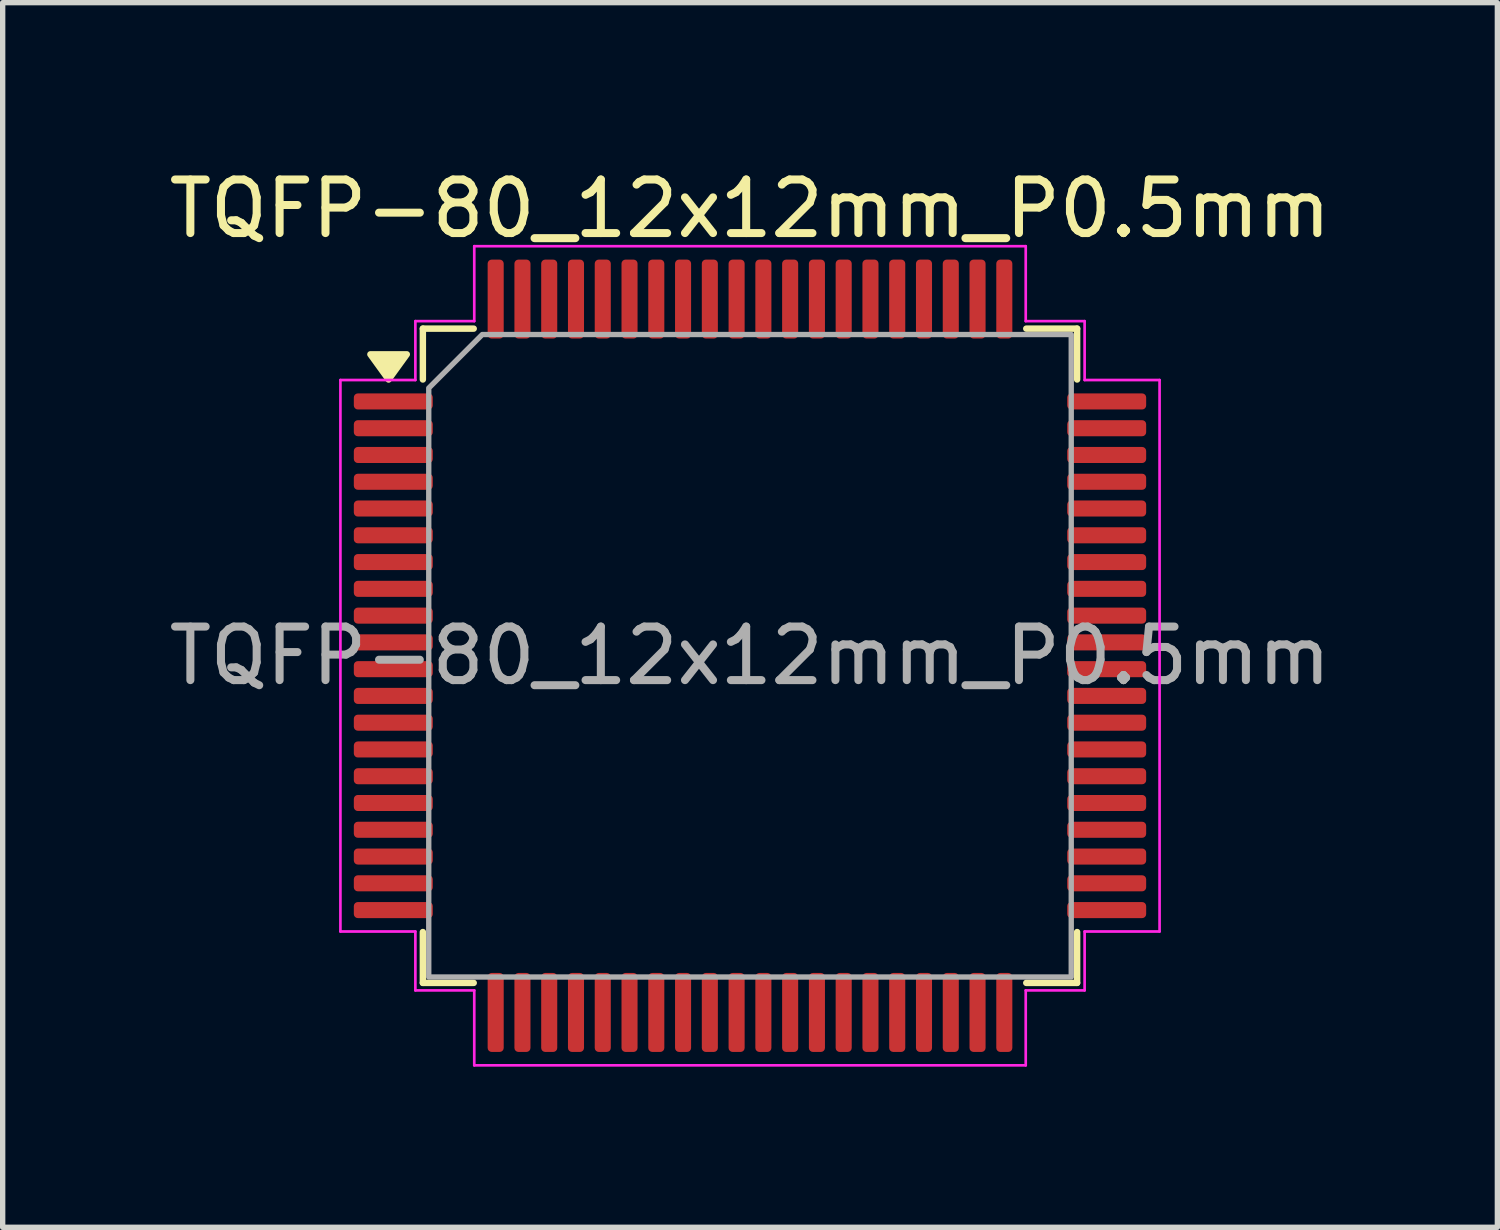
<source format=kicad_pcb>
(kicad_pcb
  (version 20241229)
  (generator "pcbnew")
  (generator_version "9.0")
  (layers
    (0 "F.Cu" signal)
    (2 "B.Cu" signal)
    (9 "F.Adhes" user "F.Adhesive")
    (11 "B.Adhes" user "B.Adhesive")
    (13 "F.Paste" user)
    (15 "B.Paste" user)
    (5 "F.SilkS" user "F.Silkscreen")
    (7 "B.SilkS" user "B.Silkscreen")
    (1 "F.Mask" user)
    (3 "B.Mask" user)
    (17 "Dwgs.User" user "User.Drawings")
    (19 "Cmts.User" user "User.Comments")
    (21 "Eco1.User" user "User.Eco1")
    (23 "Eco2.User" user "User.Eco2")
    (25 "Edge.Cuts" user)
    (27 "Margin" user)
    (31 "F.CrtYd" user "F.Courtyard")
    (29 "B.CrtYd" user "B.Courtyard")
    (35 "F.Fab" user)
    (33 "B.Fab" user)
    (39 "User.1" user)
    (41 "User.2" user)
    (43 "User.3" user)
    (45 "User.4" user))
  (footprint "TQFP-80_12x12mm_P0.5mm"
    (layer "F.Cu")
    (at 10.958 9.198)
    (property "Reference" "TQFP-80_12x12mm_P0.5mm" (at 0 -8.35 0) (layer "F.SilkS") (effects (font (size 1 1) (thickness 0.15))))
    (attr smd)
    (fp_line (start -6.11 -6.11) (end -5.16 -6.11) (stroke (width 0.12) (type solid)) (layer "F.SilkS"))
    (fp_line (start -6.11 -5.16) (end -6.11 -6.11) (stroke (width 0.12) (type solid)) (layer "F.SilkS"))
    (fp_line (start -6.11 6.11) (end -6.11 5.16) (stroke (width 0.12) (type solid)) (layer "F.SilkS"))
    (fp_line (start -5.16 6.11) (end -6.11 6.11) (stroke (width 0.12) (type solid)) (layer "F.SilkS"))
    (fp_line (start 5.16 -6.11) (end 6.11 -6.11) (stroke (width 0.12) (type solid)) (layer "F.SilkS"))
    (fp_line (start 6.11 -6.11) (end 6.11 -5.16) (stroke (width 0.12) (type solid)) (layer "F.SilkS"))
    (fp_line (start 6.11 5.16) (end 6.11 6.11) (stroke (width 0.12) (type solid)) (layer "F.SilkS"))
    (fp_line (start 6.11 6.11) (end 5.16 6.11) (stroke (width 0.12) (type solid)) (layer "F.SilkS"))
    (fp_poly (pts (xy -6.75 -5.16) (xy -7.09 -5.63) (xy -6.41 -5.63)) (stroke (width 0.12) (type solid)) (fill yes) (layer "F.SilkS"))
    (fp_line (start -7.65 -5.15) (end -6.25 -5.15) (stroke (width 0.05) (type solid)) (layer "F.CrtYd"))
    (fp_line (start -7.65 5.15) (end -7.65 -5.15) (stroke (width 0.05) (type solid)) (layer "F.CrtYd"))
    (fp_line (start -6.25 -6.25) (end -5.15 -6.25) (stroke (width 0.05) (type solid)) (layer "F.CrtYd"))
    (fp_line (start -6.25 -5.15) (end -6.25 -6.25) (stroke (width 0.05) (type solid)) (layer "F.CrtYd"))
    (fp_line (start -6.25 5.15) (end -7.65 5.15) (stroke (width 0.05) (type solid)) (layer "F.CrtYd"))
    (fp_line (start -6.25 6.25) (end -6.25 5.15) (stroke (width 0.05) (type solid)) (layer "F.CrtYd"))
    (fp_line (start -5.15 -7.65) (end 5.15 -7.65) (stroke (width 0.05) (type solid)) (layer "F.CrtYd"))
    (fp_line (start -5.15 -6.25) (end -5.15 -7.65) (stroke (width 0.05) (type solid)) (layer "F.CrtYd"))
    (fp_line (start -5.15 6.25) (end -6.25 6.25) (stroke (width 0.05) (type solid)) (layer "F.CrtYd"))
    (fp_line (start -5.15 7.65) (end -5.15 6.25) (stroke (width 0.05) (type solid)) (layer "F.CrtYd"))
    (fp_line (start 5.15 -7.65) (end 5.15 -6.25) (stroke (width 0.05) (type solid)) (layer "F.CrtYd"))
    (fp_line (start 5.15 -6.25) (end 6.25 -6.25) (stroke (width 0.05) (type solid)) (layer "F.CrtYd"))
    (fp_line (start 5.15 6.25) (end 5.15 7.65) (stroke (width 0.05) (type solid)) (layer "F.CrtYd"))
    (fp_line (start 5.15 7.65) (end -5.15 7.65) (stroke (width 0.05) (type solid)) (layer "F.CrtYd"))
    (fp_line (start 6.25 -6.25) (end 6.25 -5.15) (stroke (width 0.05) (type solid)) (layer "F.CrtYd"))
    (fp_line (start 6.25 -5.15) (end 7.65 -5.15) (stroke (width 0.05) (type solid)) (layer "F.CrtYd"))
    (fp_line (start 6.25 5.15) (end 6.25 6.25) (stroke (width 0.05) (type solid)) (layer "F.CrtYd"))
    (fp_line (start 6.25 6.25) (end 5.15 6.25) (stroke (width 0.05) (type solid)) (layer "F.CrtYd"))
    (fp_line (start 7.65 -5.15) (end 7.65 5.15) (stroke (width 0.05) (type solid)) (layer "F.CrtYd"))
    (fp_line (start 7.65 5.15) (end 6.25 5.15) (stroke (width 0.05) (type solid)) (layer "F.CrtYd"))
    (fp_poly (pts (xy -6 -5) (xy -6 6) (xy 6 6) (xy 6 -6) (xy -5 -6)) (stroke (width 0.1) (type solid)) (fill no) (layer "F.Fab"))
    (fp_text user "${REFERENCE}" (at 0 0 0) (layer "F.Fab") (effects (font (size 1 1) (thickness 0.15))))
    (pad "1" smd roundrect (at -6.662 -4.75) (size 1.475 0.3) (layers "F.Cu" "F.Mask" "F.Paste") (roundrect_rratio 0.25))
    (pad "2" smd roundrect (at -6.662 -4.25) (size 1.475 0.3) (layers "F.Cu" "F.Mask" "F.Paste") (roundrect_rratio 0.25))
    (pad "3" smd roundrect (at -6.662 -3.75) (size 1.475 0.3) (layers "F.Cu" "F.Mask" "F.Paste") (roundrect_rratio 0.25))
    (pad "4" smd roundrect (at -6.662 -3.25) (size 1.475 0.3) (layers "F.Cu" "F.Mask" "F.Paste") (roundrect_rratio 0.25))
    (pad "5" smd roundrect (at -6.662 -2.75) (size 1.475 0.3) (layers "F.Cu" "F.Mask" "F.Paste") (roundrect_rratio 0.25))
    (pad "6" smd roundrect (at -6.662 -2.25) (size 1.475 0.3) (layers "F.Cu" "F.Mask" "F.Paste") (roundrect_rratio 0.25))
    (pad "7" smd roundrect (at -6.662 -1.75) (size 1.475 0.3) (layers "F.Cu" "F.Mask" "F.Paste") (roundrect_rratio 0.25))
    (pad "8" smd roundrect (at -6.662 -1.25) (size 1.475 0.3) (layers "F.Cu" "F.Mask" "F.Paste") (roundrect_rratio 0.25))
    (pad "9" smd roundrect (at -6.662 -0.75) (size 1.475 0.3) (layers "F.Cu" "F.Mask" "F.Paste") (roundrect_rratio 0.25))
    (pad "10" smd roundrect (at -6.662 -0.25) (size 1.475 0.3) (layers "F.Cu" "F.Mask" "F.Paste") (roundrect_rratio 0.25))
    (pad "11" smd roundrect (at -6.662 0.25) (size 1.475 0.3) (layers "F.Cu" "F.Mask" "F.Paste") (roundrect_rratio 0.25))
    (pad "12" smd roundrect (at -6.662 0.75) (size 1.475 0.3) (layers "F.Cu" "F.Mask" "F.Paste") (roundrect_rratio 0.25))
    (pad "13" smd roundrect (at -6.662 1.25) (size 1.475 0.3) (layers "F.Cu" "F.Mask" "F.Paste") (roundrect_rratio 0.25))
    (pad "14" smd roundrect (at -6.662 1.75) (size 1.475 0.3) (layers "F.Cu" "F.Mask" "F.Paste") (roundrect_rratio 0.25))
    (pad "15" smd roundrect (at -6.662 2.25) (size 1.475 0.3) (layers "F.Cu" "F.Mask" "F.Paste") (roundrect_rratio 0.25))
    (pad "16" smd roundrect (at -6.662 2.75) (size 1.475 0.3) (layers "F.Cu" "F.Mask" "F.Paste") (roundrect_rratio 0.25))
    (pad "17" smd roundrect (at -6.662 3.25) (size 1.475 0.3) (layers "F.Cu" "F.Mask" "F.Paste") (roundrect_rratio 0.25))
    (pad "18" smd roundrect (at -6.662 3.75) (size 1.475 0.3) (layers "F.Cu" "F.Mask" "F.Paste") (roundrect_rratio 0.25))
    (pad "19" smd roundrect (at -6.662 4.25) (size 1.475 0.3) (layers "F.Cu" "F.Mask" "F.Paste") (roundrect_rratio 0.25))
    (pad "20" smd roundrect (at -6.662 4.75) (size 1.475 0.3) (layers "F.Cu" "F.Mask" "F.Paste") (roundrect_rratio 0.25))
    (pad "21" smd roundrect (at -4.75 6.662) (size 0.3 1.475) (layers "F.Cu" "F.Mask" "F.Paste") (roundrect_rratio 0.25))
    (pad "22" smd roundrect (at -4.25 6.662) (size 0.3 1.475) (layers "F.Cu" "F.Mask" "F.Paste") (roundrect_rratio 0.25))
    (pad "23" smd roundrect (at -3.75 6.662) (size 0.3 1.475) (layers "F.Cu" "F.Mask" "F.Paste") (roundrect_rratio 0.25))
    (pad "24" smd roundrect (at -3.25 6.662) (size 0.3 1.475) (layers "F.Cu" "F.Mask" "F.Paste") (roundrect_rratio 0.25))
    (pad "25" smd roundrect (at -2.75 6.662) (size 0.3 1.475) (layers "F.Cu" "F.Mask" "F.Paste") (roundrect_rratio 0.25))
    (pad "26" smd roundrect (at -2.25 6.662) (size 0.3 1.475) (layers "F.Cu" "F.Mask" "F.Paste") (roundrect_rratio 0.25))
    (pad "27" smd roundrect (at -1.75 6.662) (size 0.3 1.475) (layers "F.Cu" "F.Mask" "F.Paste") (roundrect_rratio 0.25))
    (pad "28" smd roundrect (at -1.25 6.662) (size 0.3 1.475) (layers "F.Cu" "F.Mask" "F.Paste") (roundrect_rratio 0.25))
    (pad "29" smd roundrect (at -0.75 6.662) (size 0.3 1.475) (layers "F.Cu" "F.Mask" "F.Paste") (roundrect_rratio 0.25))
    (pad "30" smd roundrect (at -0.25 6.662) (size 0.3 1.475) (layers "F.Cu" "F.Mask" "F.Paste") (roundrect_rratio 0.25))
    (pad "31" smd roundrect (at 0.25 6.662) (size 0.3 1.475) (layers "F.Cu" "F.Mask" "F.Paste") (roundrect_rratio 0.25))
    (pad "32" smd roundrect (at 0.75 6.662) (size 0.3 1.475) (layers "F.Cu" "F.Mask" "F.Paste") (roundrect_rratio 0.25))
    (pad "33" smd roundrect (at 1.25 6.662) (size 0.3 1.475) (layers "F.Cu" "F.Mask" "F.Paste") (roundrect_rratio 0.25))
    (pad "34" smd roundrect (at 1.75 6.662) (size 0.3 1.475) (layers "F.Cu" "F.Mask" "F.Paste") (roundrect_rratio 0.25))
    (pad "35" smd roundrect (at 2.25 6.662) (size 0.3 1.475) (layers "F.Cu" "F.Mask" "F.Paste") (roundrect_rratio 0.25))
    (pad "36" smd roundrect (at 2.75 6.662) (size 0.3 1.475) (layers "F.Cu" "F.Mask" "F.Paste") (roundrect_rratio 0.25))
    (pad "37" smd roundrect (at 3.25 6.662) (size 0.3 1.475) (layers "F.Cu" "F.Mask" "F.Paste") (roundrect_rratio 0.25))
    (pad "38" smd roundrect (at 3.75 6.662) (size 0.3 1.475) (layers "F.Cu" "F.Mask" "F.Paste") (roundrect_rratio 0.25))
    (pad "39" smd roundrect (at 4.25 6.662) (size 0.3 1.475) (layers "F.Cu" "F.Mask" "F.Paste") (roundrect_rratio 0.25))
    (pad "40" smd roundrect (at 4.75 6.662) (size 0.3 1.475) (layers "F.Cu" "F.Mask" "F.Paste") (roundrect_rratio 0.25))
    (pad "41" smd roundrect (at 6.662 4.75) (size 1.475 0.3) (layers "F.Cu" "F.Mask" "F.Paste") (roundrect_rratio 0.25))
    (pad "42" smd roundrect (at 6.662 4.25) (size 1.475 0.3) (layers "F.Cu" "F.Mask" "F.Paste") (roundrect_rratio 0.25))
    (pad "43" smd roundrect (at 6.662 3.75) (size 1.475 0.3) (layers "F.Cu" "F.Mask" "F.Paste") (roundrect_rratio 0.25))
    (pad "44" smd roundrect (at 6.662 3.25) (size 1.475 0.3) (layers "F.Cu" "F.Mask" "F.Paste") (roundrect_rratio 0.25))
    (pad "45" smd roundrect (at 6.662 2.75) (size 1.475 0.3) (layers "F.Cu" "F.Mask" "F.Paste") (roundrect_rratio 0.25))
    (pad "46" smd roundrect (at 6.662 2.25) (size 1.475 0.3) (layers "F.Cu" "F.Mask" "F.Paste") (roundrect_rratio 0.25))
    (pad "47" smd roundrect (at 6.662 1.75) (size 1.475 0.3) (layers "F.Cu" "F.Mask" "F.Paste") (roundrect_rratio 0.25))
    (pad "48" smd roundrect (at 6.662 1.25) (size 1.475 0.3) (layers "F.Cu" "F.Mask" "F.Paste") (roundrect_rratio 0.25))
    (pad "49" smd roundrect (at 6.662 0.75) (size 1.475 0.3) (layers "F.Cu" "F.Mask" "F.Paste") (roundrect_rratio 0.25))
    (pad "50" smd roundrect (at 6.662 0.25) (size 1.475 0.3) (layers "F.Cu" "F.Mask" "F.Paste") (roundrect_rratio 0.25))
    (pad "51" smd roundrect (at 6.662 -0.25) (size 1.475 0.3) (layers "F.Cu" "F.Mask" "F.Paste") (roundrect_rratio 0.25))
    (pad "52" smd roundrect (at 6.662 -0.75) (size 1.475 0.3) (layers "F.Cu" "F.Mask" "F.Paste") (roundrect_rratio 0.25))
    (pad "53" smd roundrect (at 6.662 -1.25) (size 1.475 0.3) (layers "F.Cu" "F.Mask" "F.Paste") (roundrect_rratio 0.25))
    (pad "54" smd roundrect (at 6.662 -1.75) (size 1.475 0.3) (layers "F.Cu" "F.Mask" "F.Paste") (roundrect_rratio 0.25))
    (pad "55" smd roundrect (at 6.662 -2.25) (size 1.475 0.3) (layers "F.Cu" "F.Mask" "F.Paste") (roundrect_rratio 0.25))
    (pad "56" smd roundrect (at 6.662 -2.75) (size 1.475 0.3) (layers "F.Cu" "F.Mask" "F.Paste") (roundrect_rratio 0.25))
    (pad "57" smd roundrect (at 6.662 -3.25) (size 1.475 0.3) (layers "F.Cu" "F.Mask" "F.Paste") (roundrect_rratio 0.25))
    (pad "58" smd roundrect (at 6.662 -3.75) (size 1.475 0.3) (layers "F.Cu" "F.Mask" "F.Paste") (roundrect_rratio 0.25))
    (pad "59" smd roundrect (at 6.662 -4.25) (size 1.475 0.3) (layers "F.Cu" "F.Mask" "F.Paste") (roundrect_rratio 0.25))
    (pad "60" smd roundrect (at 6.662 -4.75) (size 1.475 0.3) (layers "F.Cu" "F.Mask" "F.Paste") (roundrect_rratio 0.25))
    (pad "61" smd roundrect (at 4.75 -6.662) (size 0.3 1.475) (layers "F.Cu" "F.Mask" "F.Paste") (roundrect_rratio 0.25))
    (pad "62" smd roundrect (at 4.25 -6.662) (size 0.3 1.475) (layers "F.Cu" "F.Mask" "F.Paste") (roundrect_rratio 0.25))
    (pad "63" smd roundrect (at 3.75 -6.662) (size 0.3 1.475) (layers "F.Cu" "F.Mask" "F.Paste") (roundrect_rratio 0.25))
    (pad "64" smd roundrect (at 3.25 -6.662) (size 0.3 1.475) (layers "F.Cu" "F.Mask" "F.Paste") (roundrect_rratio 0.25))
    (pad "65" smd roundrect (at 2.75 -6.662) (size 0.3 1.475) (layers "F.Cu" "F.Mask" "F.Paste") (roundrect_rratio 0.25))
    (pad "66" smd roundrect (at 2.25 -6.662) (size 0.3 1.475) (layers "F.Cu" "F.Mask" "F.Paste") (roundrect_rratio 0.25))
    (pad "67" smd roundrect (at 1.75 -6.662) (size 0.3 1.475) (layers "F.Cu" "F.Mask" "F.Paste") (roundrect_rratio 0.25))
    (pad "68" smd roundrect (at 1.25 -6.662) (size 0.3 1.475) (layers "F.Cu" "F.Mask" "F.Paste") (roundrect_rratio 0.25))
    (pad "69" smd roundrect (at 0.75 -6.662) (size 0.3 1.475) (layers "F.Cu" "F.Mask" "F.Paste") (roundrect_rratio 0.25))
    (pad "70" smd roundrect (at 0.25 -6.662) (size 0.3 1.475) (layers "F.Cu" "F.Mask" "F.Paste") (roundrect_rratio 0.25))
    (pad "71" smd roundrect (at -0.25 -6.662) (size 0.3 1.475) (layers "F.Cu" "F.Mask" "F.Paste") (roundrect_rratio 0.25))
    (pad "72" smd roundrect (at -0.75 -6.662) (size 0.3 1.475) (layers "F.Cu" "F.Mask" "F.Paste") (roundrect_rratio 0.25))
    (pad "73" smd roundrect (at -1.25 -6.662) (size 0.3 1.475) (layers "F.Cu" "F.Mask" "F.Paste") (roundrect_rratio 0.25))
    (pad "74" smd roundrect (at -1.75 -6.662) (size 0.3 1.475) (layers "F.Cu" "F.Mask" "F.Paste") (roundrect_rratio 0.25))
    (pad "75" smd roundrect (at -2.25 -6.662) (size 0.3 1.475) (layers "F.Cu" "F.Mask" "F.Paste") (roundrect_rratio 0.25))
    (pad "76" smd roundrect (at -2.75 -6.662) (size 0.3 1.475) (layers "F.Cu" "F.Mask" "F.Paste") (roundrect_rratio 0.25))
    (pad "77" smd roundrect (at -3.25 -6.662) (size 0.3 1.475) (layers "F.Cu" "F.Mask" "F.Paste") (roundrect_rratio 0.25))
    (pad "78" smd roundrect (at -3.75 -6.662) (size 0.3 1.475) (layers "F.Cu" "F.Mask" "F.Paste") (roundrect_rratio 0.25))
    (pad "79" smd roundrect (at -4.25 -6.662) (size 0.3 1.475) (layers "F.Cu" "F.Mask" "F.Paste") (roundrect_rratio 0.25))
    (pad "80" smd roundrect (at -4.75 -6.662) (size 0.3 1.475) (layers "F.Cu" "F.Mask" "F.Paste") (roundrect_rratio 0.25)))
  (gr_rect
    (start -3 -3)
    (end 24.917 19.873)
    (stroke (width 0.1) (type default))
    (fill no)
    (layer "Edge.Cuts")))
</source>
